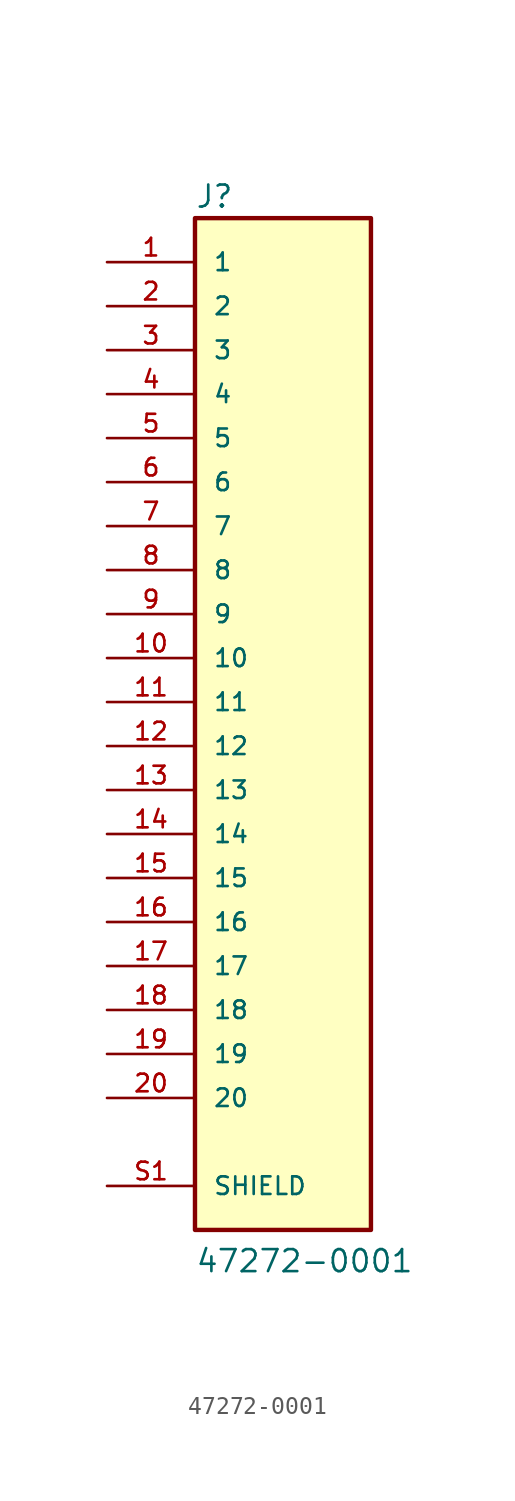
<source format=kicad_sym>
(kicad_symbol_lib
  (version 20211014)
  (generator kicad_symbol_editor)
  (symbol "47272-0001"
    (pin_names
      (offset 1.016))
    (property "Reference" "J"
      (at -5.08 28.448 0)
      (effects (font (size 1.27 1.27)) (justify bottom left)))
    (property "Value" "47272-0001"
      (at -5.08 -33.02 0)
      (effects (font (size 1.27 1.27)) (justify bottom left)))
    (symbol "47272-0001_0_0"
      (rectangle (start -5.08 -30.48) (end 5.08 27.94) (stroke (width 0.254)) (fill (type background)))
      (pin passive line (at -10.16 25.4 0) (length 5.08) (name "1" (effects (font (size 1.016 1.016)))) (number "1" (effects (font (size 1.016 1.016)))))
      (pin passive line (at -10.16 22.86 0) (length 5.08) (name "2" (effects (font (size 1.016 1.016)))) (number "2" (effects (font (size 1.016 1.016)))))
      (pin passive line (at -10.16 20.32 0) (length 5.08) (name "3" (effects (font (size 1.016 1.016)))) (number "3" (effects (font (size 1.016 1.016)))))
      (pin passive line (at -10.16 17.78 0) (length 5.08) (name "4" (effects (font (size 1.016 1.016)))) (number "4" (effects (font (size 1.016 1.016)))))
      (pin passive line (at -10.16 15.24 0) (length 5.08) (name "5" (effects (font (size 1.016 1.016)))) (number "5" (effects (font (size 1.016 1.016)))))
      (pin passive line (at -10.16 12.7 0) (length 5.08) (name "6" (effects (font (size 1.016 1.016)))) (number "6" (effects (font (size 1.016 1.016)))))
      (pin passive line (at -10.16 10.16 0) (length 5.08) (name "7" (effects (font (size 1.016 1.016)))) (number "7" (effects (font (size 1.016 1.016)))))
      (pin passive line (at -10.16 7.62 0) (length 5.08) (name "8" (effects (font (size 1.016 1.016)))) (number "8" (effects (font (size 1.016 1.016)))))
      (pin passive line (at -10.16 5.08 0) (length 5.08) (name "9" (effects (font (size 1.016 1.016)))) (number "9" (effects (font (size 1.016 1.016)))))
      (pin passive line (at -10.16 2.54 0) (length 5.08) (name "10" (effects (font (size 1.016 1.016)))) (number "10" (effects (font (size 1.016 1.016)))))
      (pin passive line (at -10.16 0.0 0) (length 5.08) (name "11" (effects (font (size 1.016 1.016)))) (number "11" (effects (font (size 1.016 1.016)))))
      (pin passive line (at -10.16 -2.54 0) (length 5.08) (name "12" (effects (font (size 1.016 1.016)))) (number "12" (effects (font (size 1.016 1.016)))))
      (pin passive line (at -10.16 -5.08 0) (length 5.08) (name "13" (effects (font (size 1.016 1.016)))) (number "13" (effects (font (size 1.016 1.016)))))
      (pin passive line (at -10.16 -7.62 0) (length 5.08) (name "14" (effects (font (size 1.016 1.016)))) (number "14" (effects (font (size 1.016 1.016)))))
      (pin passive line (at -10.16 -10.16 0) (length 5.08) (name "15" (effects (font (size 1.016 1.016)))) (number "15" (effects (font (size 1.016 1.016)))))
      (pin passive line (at -10.16 -12.7 0) (length 5.08) (name "16" (effects (font (size 1.016 1.016)))) (number "16" (effects (font (size 1.016 1.016)))))
      (pin passive line (at -10.16 -15.24 0) (length 5.08) (name "17" (effects (font (size 1.016 1.016)))) (number "17" (effects (font (size 1.016 1.016)))))
      (pin passive line (at -10.16 -17.78 0) (length 5.08) (name "18" (effects (font (size 1.016 1.016)))) (number "18" (effects (font (size 1.016 1.016)))))
      (pin passive line (at -10.16 -20.32 0) (length 5.08) (name "19" (effects (font (size 1.016 1.016)))) (number "19" (effects (font (size 1.016 1.016)))))
      (pin passive line (at -10.16 -22.86 0) (length 5.08) (name "20" (effects (font (size 1.016 1.016)))) (number "20" (effects (font (size 1.016 1.016)))))
      (pin passive line (at -10.16 -27.94 0) (length 5.08) (name "SHIELD" (effects (font (size 1.016 1.016)))) (number "S1" (effects (font (size 1.016 1.016)))))
      (pin passive line (at -10.16 -27.94 0) (length 5.08) hide (name "SHIELD" (effects (font (size 1.016 1.016)))) (number "S2" (effects (font (size 1.016 1.016)))))
      (pin passive line (at -10.16 -27.94 0) (length 5.08) hide (name "SHIELD" (effects (font (size 1.016 1.016)))) (number "S3" (effects (font (size 1.016 1.016)))))
      (pin passive line (at -10.16 -27.94 0) (length 5.08) hide (name "SHIELD" (effects (font (size 1.016 1.016)))) (number "S4" (effects (font (size 1.016 1.016))))))))
</source>
